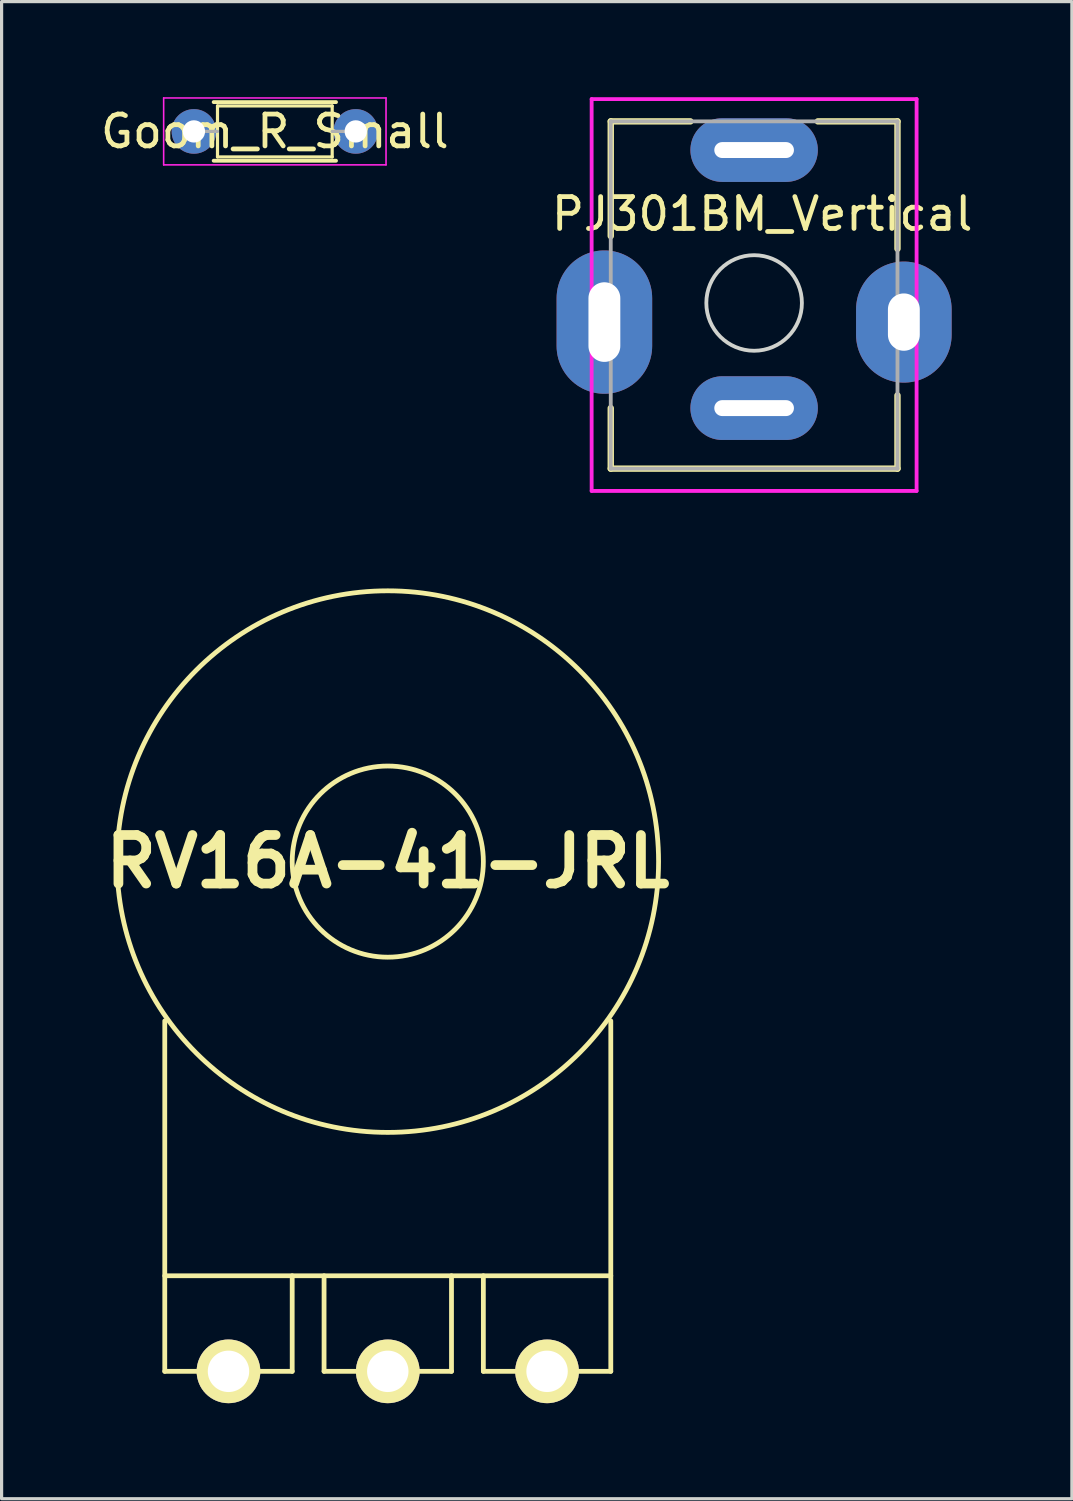
<source format=kicad_pcb>
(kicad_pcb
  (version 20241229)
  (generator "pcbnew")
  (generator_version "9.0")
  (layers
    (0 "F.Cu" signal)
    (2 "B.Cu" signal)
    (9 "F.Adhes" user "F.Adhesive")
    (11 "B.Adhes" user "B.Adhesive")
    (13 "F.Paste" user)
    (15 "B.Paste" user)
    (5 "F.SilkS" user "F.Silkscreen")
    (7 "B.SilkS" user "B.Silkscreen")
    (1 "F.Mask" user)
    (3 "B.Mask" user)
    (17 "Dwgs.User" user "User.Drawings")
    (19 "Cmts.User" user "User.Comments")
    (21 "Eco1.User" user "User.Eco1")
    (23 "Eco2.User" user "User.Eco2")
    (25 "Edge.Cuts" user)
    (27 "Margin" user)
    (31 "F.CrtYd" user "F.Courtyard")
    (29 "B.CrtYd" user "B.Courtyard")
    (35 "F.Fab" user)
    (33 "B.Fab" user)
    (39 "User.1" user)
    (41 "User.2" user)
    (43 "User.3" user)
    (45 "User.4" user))
  (footprint "PJ301BM_Vertical"
    (layer "F.Cu")
    (at 20.621 6.46)
    (property "Reference" "PJ301BM_Vertical" (at 0.254 -2.794 0) (layer "F.SilkS") (effects (font (size 1 1) (thickness 0.15))))
    (attr through_hole)
    (fp_line (start -4.5 -5.7) (end -4.5 -2.1) (stroke (width 0.2) (type solid)) (layer "F.SilkS"))
    (fp_line (start -4.5 -5.7) (end -2 -5.7) (stroke (width 0.2) (type solid)) (layer "F.SilkS"))
    (fp_line (start -4.5 5.2) (end -4.5 3.3) (stroke (width 0.2) (type solid)) (layer "F.SilkS"))
    (fp_line (start -4.5 5.2) (end 4.5 5.2) (stroke (width 0.2) (type solid)) (layer "F.SilkS"))
    (fp_line (start 4.5 -5.7) (end 2 -5.7) (stroke (width 0.2) (type solid)) (layer "F.SilkS"))
    (fp_line (start 4.5 -5.7) (end 4.5 -1.7) (stroke (width 0.2) (type solid)) (layer "F.SilkS"))
    (fp_line (start 4.5 5.2) (end 4.5 2.9) (stroke (width 0.2) (type solid)) (layer "F.SilkS"))
    (fp_circle (center 0 0) (end 1.5 0) (stroke (width 0.12) (type solid)) (fill no) (layer "Edge.Cuts"))
    (fp_line (start -5.1 -6.4) (end 5.1 -6.4) (stroke (width 0.12) (type solid)) (layer "F.CrtYd"))
    (fp_line (start -5.1 5.9) (end -5.1 -6.4) (stroke (width 0.12) (type solid)) (layer "F.CrtYd"))
    (fp_line (start 5.1 -6.4) (end 5.1 5.9) (stroke (width 0.12) (type solid)) (layer "F.CrtYd"))
    (fp_line (start 5.1 5.9) (end -5.1 5.9) (stroke (width 0.12) (type solid)) (layer "F.CrtYd"))
    (fp_line (start -4.5 -5.7) (end 4.5 -5.7) (stroke (width 0.12) (type solid)) (layer "F.Fab"))
    (fp_line (start -4.5 5.2) (end -4.5 -5.7) (stroke (width 0.12) (type solid)) (layer "F.Fab"))
    (fp_line (start 4.5 -5.7) (end 4.5 5.2) (stroke (width 0.12) (type solid)) (layer "F.Fab"))
    (fp_line (start 4.5 5.2) (end -4.5 5.2) (stroke (width 0.12) (type solid)) (layer "F.Fab"))
    (pad "S" thru_hole oval (at -4.7 0.6 90) (size 4.5 3) (drill oval 2.5 1) (layers "*.Cu" "*.Mask"))
    (pad "S" thru_hole oval (at 4.7 0.6 90) (size 3.8 3) (drill oval 1.8 1) (layers "*.Cu" "*.Mask"))
    (pad "T" thru_hole oval (at 0 -4.8) (size 4 2) (drill oval 2.5 0.5) (layers "*.Cu" "*.Mask"))
    (pad "TN" thru_hole oval (at 0 3.3) (size 4 2) (drill oval 2.5 0.5) (layers "*.Cu" "*.Mask")))
  (footprint "Goom_R_Small"
    (layer "F.Cu")
    (at 3.037 1.075)
    (property "Reference" "Goom_R_Small" (at 2.54 0 0) (layer "F.SilkS") (effects (font (size 1 1) (thickness 0.15))))
    (attr through_hole)
    (fp_line (start 0.62 -0.92) (end 4.46 -0.92) (stroke (width 0.12) (type solid)) (layer "F.SilkS"))
    (fp_line (start 0.62 0.92) (end 4.46 0.92) (stroke (width 0.12) (type solid)) (layer "F.SilkS"))
    (fp_line (start 0.74 -0.8) (end 0.74 0.8) (stroke (width 0.1) (type solid)) (layer "F.SilkS"))
    (fp_line (start 0.74 0.8) (end 4.34 0.8) (stroke (width 0.1) (type solid)) (layer "F.SilkS"))
    (fp_line (start 4.34 -0.8) (end 0.74 -0.8) (stroke (width 0.1) (type solid)) (layer "F.SilkS"))
    (fp_line (start 4.34 0.8) (end 4.34 -0.8) (stroke (width 0.1) (type solid)) (layer "F.SilkS"))
    (fp_line (start -0.95 -1.05) (end -0.95 1.05) (stroke (width 0.05) (type solid)) (layer "F.CrtYd"))
    (fp_line (start -0.95 1.05) (end 6.03 1.05) (stroke (width 0.05) (type solid)) (layer "F.CrtYd"))
    (fp_line (start 6.03 -1.05) (end -0.95 -1.05) (stroke (width 0.05) (type solid)) (layer "F.CrtYd"))
    (fp_line (start 6.03 1.05) (end 6.03 -1.05) (stroke (width 0.05) (type solid)) (layer "F.CrtYd"))
    (fp_line (start 0 0) (end 0.74 0) (stroke (width 0.1) (type solid)) (layer "F.Fab"))
    (fp_line (start 5.08 0) (end 4.34 0) (stroke (width 0.1) (type solid)) (layer "F.Fab"))
    (pad "1" thru_hole circle (at 0 0) (size 1.4 1.4) (drill 0.7) (layers "*.Cu" "*.Mask"))
    (pad "2" thru_hole oval (at 5.08 0) (size 1.4 1.4) (drill 0.7) (layers "*.Cu" "*.Mask")))
  (footprint "RV16A-41-JRL"
    (layer "F.Cu")
    (at 9.122 23.995)
    (property "Reference" "RV16A-41-JRL" (at 0 0 0) (layer "F.SilkS") (effects (font (size 1.524 1.524) (thickness 0.305))))
    (attr through_hole)
    (fp_line (start -7 13) (end 7 13) (stroke (width 0.15) (type solid)) (layer "F.SilkS"))
    (fp_line (start -7 16) (end -7 5) (stroke (width 0.15) (type solid)) (layer "F.SilkS"))
    (fp_line (start -3 13) (end -3 16) (stroke (width 0.15) (type solid)) (layer "F.SilkS"))
    (fp_line (start -3 16) (end -7 16) (stroke (width 0.15) (type solid)) (layer "F.SilkS"))
    (fp_line (start -2 16) (end -2 13) (stroke (width 0.15) (type solid)) (layer "F.SilkS"))
    (fp_line (start 2 13) (end 2 16) (stroke (width 0.15) (type solid)) (layer "F.SilkS"))
    (fp_line (start 2 16) (end -2 16) (stroke (width 0.15) (type solid)) (layer "F.SilkS"))
    (fp_line (start 3 16) (end 3 13) (stroke (width 0.15) (type solid)) (layer "F.SilkS"))
    (fp_line (start 7 16) (end 3 16) (stroke (width 0.15) (type solid)) (layer "F.SilkS"))
    (fp_line (start 7 16) (end 7 5) (stroke (width 0.15) (type solid)) (layer "F.SilkS"))
    (fp_circle (center 0 0) (end 0 3) (stroke (width 0.15) (type solid)) (fill no) (layer "F.SilkS"))
    (fp_circle (center 0 0) (end 0 8.5) (stroke (width 0.15) (type solid)) (fill no) (layer "F.SilkS"))
    (pad "1" thru_hole circle (at -5 16) (size 1.999 1.999) (drill 1.3) (layers "*.Cu" "*.Mask" "F.SilkS"))
    (pad "2" thru_hole circle (at 0 16) (size 1.999 1.999) (drill 1.3) (layers "*.Cu" "*.Mask" "F.SilkS"))
    (pad "3" thru_hole circle (at 5 16) (size 1.999 1.999) (drill 1.3) (layers "*.Cu" "*.Mask" "F.SilkS")))
  (gr_rect
    (start -3 -3)
    (end 30.595 43.994)
    (stroke (width 0.1) (type default))
    (fill no)
    (layer "Edge.Cuts")))
</source>
